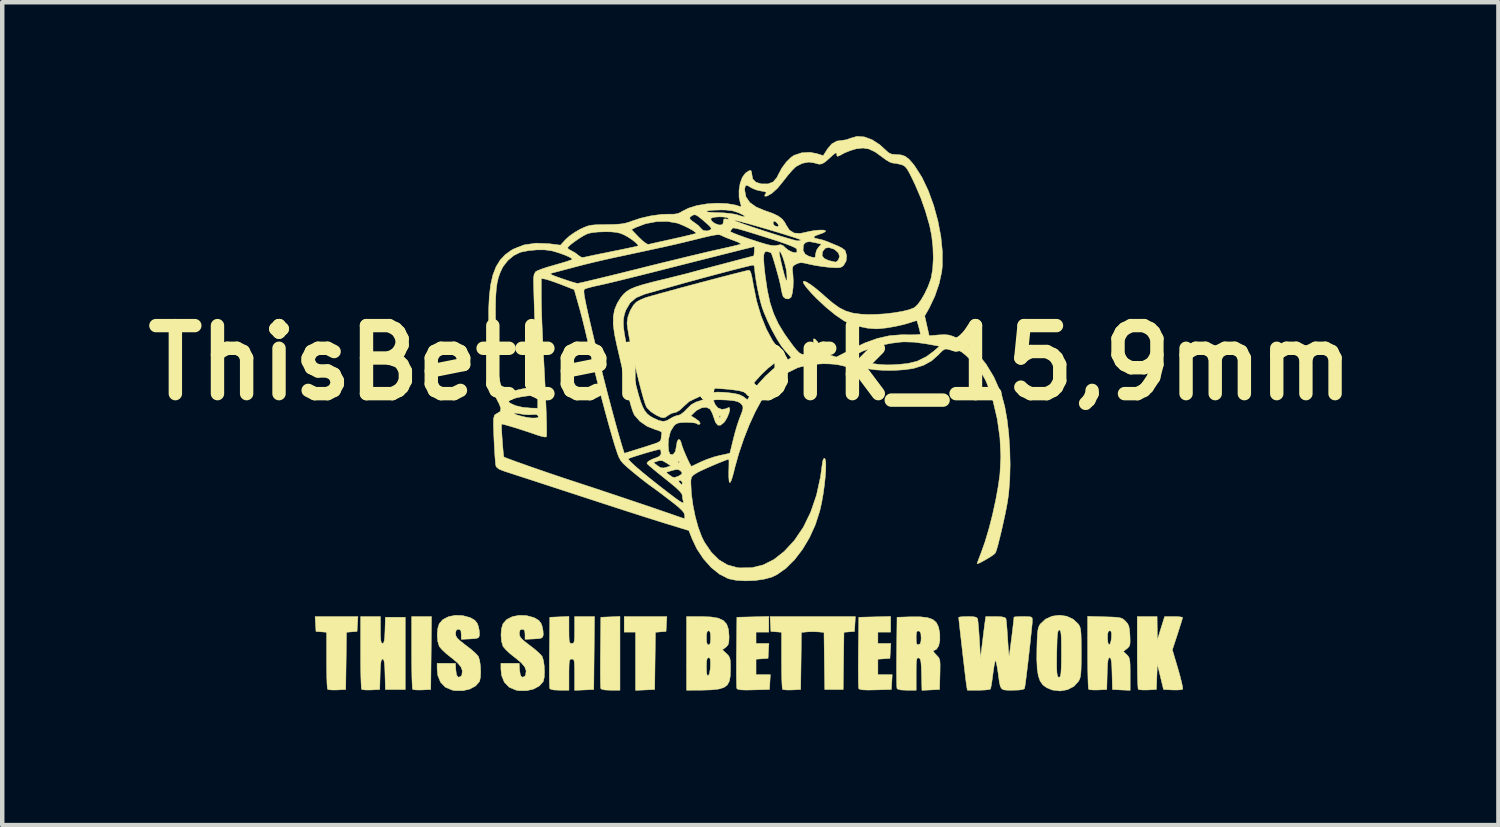
<source format=kicad_pcb>
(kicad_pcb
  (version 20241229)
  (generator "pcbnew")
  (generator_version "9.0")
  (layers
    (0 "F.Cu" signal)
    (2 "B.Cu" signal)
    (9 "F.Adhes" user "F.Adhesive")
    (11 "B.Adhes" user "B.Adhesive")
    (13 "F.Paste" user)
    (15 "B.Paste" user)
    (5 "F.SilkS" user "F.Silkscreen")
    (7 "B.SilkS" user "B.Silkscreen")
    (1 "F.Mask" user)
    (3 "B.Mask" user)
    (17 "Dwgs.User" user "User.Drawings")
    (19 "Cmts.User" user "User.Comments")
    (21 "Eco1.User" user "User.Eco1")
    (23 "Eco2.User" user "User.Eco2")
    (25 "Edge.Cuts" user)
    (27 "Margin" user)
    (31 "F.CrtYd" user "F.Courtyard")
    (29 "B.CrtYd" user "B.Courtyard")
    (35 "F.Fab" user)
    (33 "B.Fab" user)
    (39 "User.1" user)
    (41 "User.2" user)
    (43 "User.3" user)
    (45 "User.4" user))
  (footprint "ThisBetterWork_15,9mm"
    (layer "F.Cu")
    (at 13.76 5.079)
    (property "Reference" "ThisBetterWork_15,9mm" (at 0 0 0) (layer "F.SilkS") (effects (font (size 1.524 1.524) (thickness 0.3))))
    (attr through_hole)
    (fp_poly (pts (xy -1.88 5.85) (xy -1.889 6.017) (xy -2.008 6.026) (xy -2.126 6.036) (xy -2.135 6.677) (xy -2.143 7.318) (xy -2.357 7.328) (xy -2.572 7.337) (xy -2.572 6.032) (xy -2.826 6.032) (xy -2.826 5.683) (xy -1.87 5.683) (xy -1.88 5.85)) (stroke (width 0.01) (type solid)) (fill yes) (layer "F.SilkS"))
    (fp_poly (pts (xy -7.151 6.501) (xy -7.16 7.318) (xy -7.351 7.328) (xy -7.457 7.329) (xy -7.535 7.323) (xy -7.566 7.314) (xy -7.572 7.278) (xy -7.577 7.186) (xy -7.582 7.049) (xy -7.585 6.874) (xy -7.588 6.671) (xy -7.588 6.488) (xy -7.588 5.683) (xy -7.143 5.683) (xy -7.151 6.501)) (stroke (width 0.01) (type solid)) (fill yes) (layer "F.SilkS"))
    (fp_poly (pts (xy -2.921 7.334) (xy -3.128 7.334) (xy -3.264 7.328) (xy -3.338 7.308) (xy -3.351 7.294) (xy -3.355 7.252) (xy -3.358 7.156) (xy -3.36 7.015) (xy -3.36 6.838) (xy -3.36 6.634) (xy -3.358 6.476) (xy -3.35 5.699) (xy -3.135 5.69) (xy -2.921 5.68) (xy -2.921 7.334)) (stroke (width 0.01) (type solid)) (fill yes) (layer "F.SilkS"))
    (fp_poly (pts (xy -8.801 5.85) (xy -8.811 6.017) (xy -8.929 6.026) (xy -9.047 6.036) (xy -9.056 6.677) (xy -9.065 7.318) (xy -9.256 7.328) (xy -9.362 7.329) (xy -9.44 7.323) (xy -9.471 7.314) (xy -9.478 7.277) (xy -9.484 7.186) (xy -9.489 7.052) (xy -9.492 6.884) (xy -9.493 6.693) (xy -9.493 6.664) (xy -9.493 6.036) (xy -9.612 6.026) (xy -9.731 6.017) (xy -9.741 5.85) (xy -9.751 5.683) (xy -8.791 5.683) (xy -8.801 5.85)) (stroke (width 0.01) (type solid)) (fill yes) (layer "F.SilkS"))
    (fp_poly (pts (xy 0.413 6.032) (xy 0.127 6.032) (xy 0.127 6.287) (xy 0.416 6.287) (xy 0.406 6.453) (xy 0.397 6.62) (xy 0.262 6.63) (xy 0.127 6.639) (xy 0.127 6.985) (xy 0.448 6.985) (xy 0.438 7.152) (xy 0.429 7.318) (xy 0.071 7.327) (xy -0.096 7.33) (xy -0.207 7.326) (xy -0.273 7.316) (xy -0.301 7.298) (xy -0.303 7.295) (xy -0.307 7.253) (xy -0.31 7.156) (xy -0.312 7.015) (xy -0.312 6.838) (xy -0.312 6.634) (xy -0.31 6.476) (xy -0.302 5.699) (xy 0.056 5.69) (xy 0.413 5.681) (xy 0.413 6.032)) (stroke (width 0.01) (type solid)) (fill yes) (layer "F.SilkS"))
    (fp_poly (pts (xy 3.143 6.032) (xy 2.857 6.032) (xy 2.857 6.287) (xy 3.147 6.287) (xy 3.137 6.453) (xy 3.127 6.62) (xy 2.992 6.63) (xy 2.857 6.639) (xy 2.857 6.985) (xy 3.178 6.985) (xy 3.169 7.152) (xy 3.159 7.318) (xy 2.801 7.327) (xy 2.635 7.33) (xy 2.523 7.326) (xy 2.458 7.316) (xy 2.429 7.298) (xy 2.428 7.295) (xy 2.424 7.253) (xy 2.421 7.156) (xy 2.419 7.015) (xy 2.418 6.838) (xy 2.419 6.634) (xy 2.42 6.476) (xy 2.429 5.699) (xy 2.786 5.69) (xy 3.143 5.681) (xy 3.143 6.032)) (stroke (width 0.01) (type solid)) (fill yes) (layer "F.SilkS"))
    (fp_poly (pts (xy 2.343 5.85) (xy 2.334 6.017) (xy 2.215 6.026) (xy 2.097 6.036) (xy 2.088 6.677) (xy 2.08 7.318) (xy 1.667 7.318) (xy 1.658 6.679) (xy 1.65 6.039) (xy 1.523 6.027) (xy 1.401 6.022) (xy 1.276 6.026) (xy 1.271 6.027) (xy 1.144 6.039) (xy 1.136 6.679) (xy 1.127 7.318) (xy 0.935 7.328) (xy 0.83 7.329) (xy 0.751 7.323) (xy 0.721 7.314) (xy 0.714 7.277) (xy 0.708 7.186) (xy 0.703 7.052) (xy 0.7 6.884) (xy 0.699 6.693) (xy 0.699 6.664) (xy 0.699 6.036) (xy 0.579 6.026) (xy 0.46 6.017) (xy 0.451 5.85) (xy 0.441 5.683) (xy 2.353 5.683) (xy 2.343 5.85)) (stroke (width 0.01) (type solid)) (fill yes) (layer "F.SilkS"))
    (fp_poly (pts (xy 9.115 5.945) (xy 9.118 6.207) (xy 9.199 5.945) (xy 9.281 5.683) (xy 9.482 5.683) (xy 9.586 5.686) (xy 9.659 5.695) (xy 9.684 5.706) (xy 9.674 5.743) (xy 9.649 5.828) (xy 9.611 5.947) (xy 9.569 6.079) (xy 9.454 6.429) (xy 9.581 6.858) (xy 9.625 7.014) (xy 9.659 7.148) (xy 9.681 7.249) (xy 9.687 7.305) (xy 9.685 7.312) (xy 9.643 7.324) (xy 9.557 7.329) (xy 9.459 7.328) (xy 9.256 7.318) (xy 9.118 6.747) (xy 9.107 7.033) (xy 9.096 7.318) (xy 8.905 7.328) (xy 8.799 7.329) (xy 8.721 7.323) (xy 8.69 7.314) (xy 8.684 7.278) (xy 8.679 7.186) (xy 8.674 7.049) (xy 8.671 6.874) (xy 8.668 6.671) (xy 8.668 6.488) (xy 8.668 5.683) (xy 9.112 5.683) (xy 9.115 5.945)) (stroke (width 0.01) (type solid)) (fill yes) (layer "F.SilkS"))
    (fp_poly (pts (xy -8.287 5.985) (xy -8.285 6.129) (xy -8.278 6.221) (xy -8.266 6.27) (xy -8.245 6.286) (xy -8.24 6.287) (xy -8.217 6.273) (xy -8.202 6.227) (xy -8.191 6.139) (xy -8.185 5.996) (xy -8.185 5.993) (xy -8.176 5.699) (xy -7.731 5.699) (xy -7.731 7.318) (xy -8.176 7.318) (xy -8.185 6.977) (xy -8.19 6.821) (xy -8.199 6.718) (xy -8.212 6.66) (xy -8.231 6.637) (xy -8.239 6.636) (xy -8.26 6.648) (xy -8.275 6.693) (xy -8.285 6.779) (xy -8.292 6.915) (xy -8.294 6.977) (xy -8.303 7.318) (xy -8.494 7.328) (xy -8.6 7.329) (xy -8.678 7.323) (xy -8.709 7.314) (xy -8.715 7.278) (xy -8.72 7.186) (xy -8.725 7.049) (xy -8.729 6.874) (xy -8.731 6.671) (xy -8.731 6.488) (xy -8.731 5.683) (xy -8.287 5.683) (xy -8.287 5.985)) (stroke (width 0.01) (type solid)) (fill yes) (layer "F.SilkS"))
    (fp_poly (pts (xy -4.064 5.983) (xy -4.063 6.124) (xy -4.059 6.213) (xy -4.048 6.262) (xy -4.029 6.282) (xy -4 6.287) (xy -3.971 6.282) (xy -3.952 6.26) (xy -3.942 6.21) (xy -3.938 6.119) (xy -3.937 5.985) (xy -3.937 5.683) (xy -3.491 5.683) (xy -3.5 6.501) (xy -3.508 7.318) (xy -3.723 7.328) (xy -3.937 7.337) (xy -3.937 6.986) (xy -3.938 6.833) (xy -3.941 6.733) (xy -3.949 6.673) (xy -3.964 6.645) (xy -3.988 6.636) (xy -4 6.636) (xy -4.028 6.64) (xy -4.047 6.659) (xy -4.057 6.705) (xy -4.062 6.788) (xy -4.064 6.919) (xy -4.064 6.985) (xy -4.064 7.334) (xy -4.271 7.334) (xy -4.407 7.328) (xy -4.481 7.308) (xy -4.494 7.294) (xy -4.498 7.252) (xy -4.501 7.156) (xy -4.503 7.015) (xy -4.503 6.838) (xy -4.503 6.634) (xy -4.501 6.476) (xy -4.493 5.699) (xy -4.278 5.69) (xy -4.064 5.68) (xy -4.064 5.983)) (stroke (width 0.01) (type solid)) (fill yes) (layer "F.SilkS"))
    (fp_poly (pts (xy -1.103 5.683) (xy -0.884 5.692) (xy -0.72 5.719) (xy -0.605 5.772) (xy -0.53 5.854) (xy -0.49 5.971) (xy -0.477 6.126) (xy -0.477 6.134) (xy -0.481 6.244) (xy -0.497 6.312) (xy -0.534 6.358) (xy -0.551 6.372) (xy -0.626 6.428) (xy -0.535 6.513) (xy -0.491 6.558) (xy -0.464 6.604) (xy -0.45 6.667) (xy -0.445 6.764) (xy -0.445 6.867) (xy -0.45 7.02) (xy -0.472 7.135) (xy -0.517 7.218) (xy -0.595 7.274) (xy -0.711 7.308) (xy -0.874 7.326) (xy -1.091 7.333) (xy -1.135 7.333) (xy -1.429 7.334) (xy -1.429 6.813) (xy -0.984 6.813) (xy -0.981 6.931) (xy -0.969 6.994) (xy -0.947 7.01) (xy -0.945 7.009) (xy -0.919 6.97) (xy -0.901 6.877) (xy -0.895 6.8) (xy -0.893 6.69) (xy -0.901 6.629) (xy -0.922 6.606) (xy -0.935 6.604) (xy -0.962 6.616) (xy -0.978 6.662) (xy -0.984 6.753) (xy -0.984 6.813) (xy -1.429 6.813) (xy -1.429 6.16) (xy -0.984 6.16) (xy -0.979 6.259) (xy -0.962 6.308) (xy -0.937 6.318) (xy -0.907 6.301) (xy -0.892 6.242) (xy -0.889 6.16) (xy -0.894 6.06) (xy -0.912 6.011) (xy -0.937 6.001) (xy -0.967 6.018) (xy -0.981 6.077) (xy -0.984 6.16) (xy -1.429 6.16) (xy -1.429 5.683) (xy -1.103 5.683)) (stroke (width 0.01) (type solid)) (fill yes) (layer "F.SilkS"))
    (fp_poly (pts (xy 7.937 5.689) (xy 8.099 5.694) (xy 8.21 5.7) (xy 8.284 5.712) (xy 8.335 5.73) (xy 8.374 5.758) (xy 8.405 5.787) (xy 8.451 5.841) (xy 8.48 5.902) (xy 8.495 5.987) (xy 8.504 6.107) (xy 8.508 6.229) (xy 8.504 6.305) (xy 8.486 6.353) (xy 8.452 6.39) (xy 8.436 6.403) (xy 8.357 6.465) (xy 8.433 6.538) (xy 8.466 6.573) (xy 8.488 6.614) (xy 8.501 6.672) (xy 8.507 6.761) (xy 8.509 6.894) (xy 8.509 6.974) (xy 8.509 7.337) (xy 8.311 7.328) (xy 8.112 7.318) (xy 8.103 6.961) (xy 8.098 6.801) (xy 8.089 6.694) (xy 8.077 6.633) (xy 8.06 6.607) (xy 8.049 6.604) (xy 8.028 6.616) (xy 8.013 6.66) (xy 8.003 6.743) (xy 7.997 6.876) (xy 7.994 6.961) (xy 7.985 7.318) (xy 7.793 7.328) (xy 7.688 7.329) (xy 7.609 7.323) (xy 7.579 7.314) (xy 7.573 7.278) (xy 7.567 7.186) (xy 7.563 7.049) (xy 7.559 6.874) (xy 7.557 6.671) (xy 7.556 6.485) (xy 7.556 6.162) (xy 8.001 6.162) (xy 8.01 6.266) (xy 8.031 6.312) (xy 8.057 6.299) (xy 8.08 6.23) (xy 8.09 6.149) (xy 8.092 6.056) (xy 8.078 6.011) (xy 8.05 6.001) (xy 8.02 6.016) (xy 8.005 6.07) (xy 8.001 6.162) (xy 7.556 6.162) (xy 7.556 5.678) (xy 7.937 5.689)) (stroke (width 0.01) (type solid)) (fill yes) (layer "F.SilkS"))
    (fp_poly (pts (xy 3.971 5.708) (xy 4.089 5.75) (xy 4.168 5.82) (xy 4.217 5.922) (xy 4.243 6.061) (xy 4.244 6.07) (xy 4.245 6.221) (xy 4.219 6.34) (xy 4.169 6.416) (xy 4.132 6.435) (xy 4.1 6.449) (xy 4.106 6.477) (xy 4.154 6.53) (xy 4.165 6.542) (xy 4.205 6.584) (xy 4.231 6.624) (xy 4.246 6.676) (xy 4.251 6.753) (xy 4.25 6.871) (xy 4.248 6.976) (xy 4.239 7.318) (xy 3.844 7.337) (xy 3.835 6.979) (xy 3.83 6.822) (xy 3.823 6.717) (xy 3.812 6.654) (xy 3.795 6.622) (xy 3.77 6.61) (xy 3.746 6.611) (xy 3.731 6.631) (xy 3.721 6.681) (xy 3.716 6.771) (xy 3.715 6.91) (xy 3.715 6.967) (xy 3.715 7.334) (xy 3.507 7.334) (xy 3.372 7.328) (xy 3.298 7.308) (xy 3.285 7.294) (xy 3.281 7.252) (xy 3.278 7.156) (xy 3.276 7.015) (xy 3.275 6.838) (xy 3.276 6.634) (xy 3.278 6.476) (xy 3.281 6.16) (xy 3.715 6.16) (xy 3.718 6.256) (xy 3.731 6.303) (xy 3.758 6.314) (xy 3.77 6.312) (xy 3.807 6.29) (xy 3.823 6.23) (xy 3.826 6.16) (xy 3.82 6.066) (xy 3.798 6.019) (xy 3.77 6.007) (xy 3.737 6.01) (xy 3.721 6.044) (xy 3.715 6.124) (xy 3.715 6.16) (xy 3.281 6.16) (xy 3.286 5.699) (xy 3.588 5.689) (xy 3.806 5.689) (xy 3.971 5.708)) (stroke (width 0.01) (type solid)) (fill yes) (layer "F.SilkS"))
    (fp_poly (pts (xy 7.087 5.676) (xy 7.234 5.744) (xy 7.348 5.852) (xy 7.372 5.89) (xy 7.389 5.933) (xy 7.401 5.993) (xy 7.408 6.079) (xy 7.412 6.203) (xy 7.413 6.375) (xy 7.414 6.487) (xy 7.413 6.691) (xy 7.41 6.842) (xy 7.404 6.95) (xy 7.394 7.026) (xy 7.379 7.081) (xy 7.357 7.126) (xy 7.354 7.132) (xy 7.249 7.247) (xy 7.107 7.321) (xy 6.942 7.351) (xy 6.77 7.33) (xy 6.753 7.325) (xy 6.641 7.279) (xy 6.555 7.217) (xy 6.493 7.131) (xy 6.451 7.012) (xy 6.426 6.853) (xy 6.419 6.684) (xy 6.862 6.684) (xy 6.863 6.836) (xy 6.868 6.941) (xy 6.878 7.005) (xy 6.894 7.037) (xy 6.916 7.044) (xy 6.929 7.041) (xy 6.945 7.018) (xy 6.957 6.956) (xy 6.964 6.851) (xy 6.968 6.694) (xy 6.969 6.506) (xy 6.968 6.31) (xy 6.966 6.169) (xy 6.96 6.074) (xy 6.951 6.018) (xy 6.937 5.991) (xy 6.921 5.985) (xy 6.903 5.994) (xy 6.889 6.027) (xy 6.879 6.092) (xy 6.872 6.199) (xy 6.868 6.355) (xy 6.865 6.476) (xy 6.862 6.684) (xy 6.419 6.684) (xy 6.417 6.646) (xy 6.419 6.41) (xy 6.424 6.224) (xy 6.43 6.089) (xy 6.44 5.995) (xy 6.455 5.93) (xy 6.475 5.883) (xy 6.495 5.852) (xy 6.613 5.741) (xy 6.761 5.675) (xy 6.924 5.653) (xy 7.087 5.676)) (stroke (width 0.01) (type solid)) (fill yes) (layer "F.SilkS"))
    (fp_poly (pts (xy -6.448 5.661) (xy -6.286 5.704) (xy -6.265 5.713) (xy -6.172 5.767) (xy -6.119 5.834) (xy -6.095 5.897) (xy -6.073 5.997) (xy -6.068 6.085) (xy -6.069 6.097) (xy -6.08 6.14) (xy -6.109 6.165) (xy -6.171 6.178) (xy -6.279 6.185) (xy -6.477 6.194) (xy -6.477 6.082) (xy -6.484 6.004) (xy -6.511 5.973) (xy -6.54 5.969) (xy -6.587 5.984) (xy -6.603 6.041) (xy -6.604 6.063) (xy -6.597 6.114) (xy -6.569 6.163) (xy -6.51 6.221) (xy -6.412 6.299) (xy -6.368 6.332) (xy -6.258 6.417) (xy -6.166 6.498) (xy -6.106 6.56) (xy -6.093 6.578) (xy -6.065 6.666) (xy -6.047 6.788) (xy -6.041 6.923) (xy -6.047 7.046) (xy -6.067 7.134) (xy -6.071 7.142) (xy -6.155 7.238) (xy -6.283 7.307) (xy -6.439 7.344) (xy -6.607 7.344) (xy -6.682 7.331) (xy -6.833 7.266) (xy -6.94 7.156) (xy -7.002 7.004) (xy -7.017 6.859) (xy -7.017 6.731) (xy -6.607 6.731) (xy -6.598 6.882) (xy -6.584 6.983) (xy -6.557 7.032) (xy -6.535 7.042) (xy -6.483 7.024) (xy -6.463 6.99) (xy -6.452 6.9) (xy -6.482 6.813) (xy -6.56 6.72) (xy -6.69 6.611) (xy -6.704 6.601) (xy -6.811 6.515) (xy -6.903 6.43) (xy -6.962 6.362) (xy -6.97 6.348) (xy -7.004 6.236) (xy -7.015 6.095) (xy -7.004 5.955) (xy -6.971 5.845) (xy -6.888 5.751) (xy -6.764 5.687) (xy -6.612 5.656) (xy -6.448 5.661)) (stroke (width 0.01) (type solid)) (fill yes) (layer "F.SilkS"))
    (fp_poly (pts (xy -5.019 5.661) (xy -4.857 5.704) (xy -4.836 5.713) (xy -4.743 5.767) (xy -4.69 5.834) (xy -4.666 5.897) (xy -4.645 5.997) (xy -4.639 6.085) (xy -4.64 6.097) (xy -4.652 6.14) (xy -4.681 6.165) (xy -4.742 6.178) (xy -4.85 6.185) (xy -5.048 6.194) (xy -5.048 6.082) (xy -5.055 6.004) (xy -5.082 5.973) (xy -5.112 5.969) (xy -5.158 5.984) (xy -5.175 6.041) (xy -5.175 6.063) (xy -5.168 6.114) (xy -5.14 6.163) (xy -5.082 6.221) (xy -4.983 6.299) (xy -4.939 6.332) (xy -4.829 6.417) (xy -4.737 6.498) (xy -4.677 6.56) (xy -4.664 6.578) (xy -4.636 6.666) (xy -4.618 6.788) (xy -4.612 6.923) (xy -4.618 7.046) (xy -4.638 7.134) (xy -4.642 7.142) (xy -4.727 7.238) (xy -4.855 7.307) (xy -5.011 7.344) (xy -5.178 7.344) (xy -5.253 7.331) (xy -5.404 7.266) (xy -5.511 7.156) (xy -5.573 7.004) (xy -5.588 6.859) (xy -5.588 6.731) (xy -5.179 6.731) (xy -5.169 6.882) (xy -5.155 6.983) (xy -5.128 7.032) (xy -5.107 7.042) (xy -5.055 7.024) (xy -5.034 6.99) (xy -5.023 6.9) (xy -5.053 6.813) (xy -5.131 6.72) (xy -5.261 6.611) (xy -5.275 6.601) (xy -5.383 6.515) (xy -5.474 6.43) (xy -5.533 6.362) (xy -5.542 6.348) (xy -5.575 6.236) (xy -5.586 6.095) (xy -5.575 5.955) (xy -5.542 5.845) (xy -5.46 5.751) (xy -5.335 5.687) (xy -5.183 5.656) (xy -5.019 5.661)) (stroke (width 0.01) (type solid)) (fill yes) (layer "F.SilkS"))
    (fp_poly (pts (xy -0.009 -2.062) (xy 0.014 -2.01) (xy 0.038 -1.912) (xy 0.065 -1.76) (xy 0.07 -1.73) (xy 0.141 -1.383) (xy 0.239 -1.054) (xy 0.36 -0.754) (xy 0.499 -0.496) (xy 0.645 -0.298) (xy 0.707 -0.219) (xy 0.741 -0.158) (xy 0.743 -0.132) (xy 0.703 -0.104) (xy 0.628 -0.052) (xy 0.531 0.013) (xy 0.529 0.015) (xy 0.397 0.119) (xy 0.251 0.258) (xy 0.108 0.414) (xy -0.012 0.569) (xy -0.034 0.602) (xy -0.077 0.653) (xy -0.124 0.66) (xy -0.177 0.643) (xy -0.249 0.625) (xy -0.365 0.607) (xy -0.505 0.591) (xy -0.582 0.585) (xy -0.894 0.564) (xy -0.995 0.66) (xy -1.094 0.733) (xy -1.209 0.789) (xy -1.23 0.796) (xy -1.373 0.868) (xy -1.49 0.973) (xy -1.585 1.062) (xy -1.665 1.108) (xy -1.689 1.112) (xy -1.767 1.132) (xy -1.841 1.175) (xy -1.901 1.217) (xy -1.951 1.231) (xy -2.012 1.217) (xy -2.104 1.173) (xy -2.127 1.16) (xy -2.225 1.095) (xy -2.306 1.017) (xy -2.329 0.985) (xy -2.357 0.916) (xy -2.395 0.796) (xy -2.44 0.634) (xy -2.49 0.442) (xy -2.542 0.23) (xy -2.593 0.008) (xy -2.642 -0.212) (xy -2.685 -0.421) (xy -2.721 -0.607) (xy -2.747 -0.76) (xy -2.761 -0.87) (xy -2.762 -0.9) (xy -2.742 -1.034) (xy -2.689 -1.175) (xy -2.616 -1.297) (xy -2.557 -1.359) (xy -2.476 -1.407) (xy -2.366 -1.454) (xy -2.308 -1.473) (xy -2.166 -1.514) (xy -1.989 -1.563) (xy -1.783 -1.619) (xy -1.557 -1.681) (xy -1.32 -1.744) (xy -1.081 -1.808) (xy -0.846 -1.87) (xy -0.626 -1.928) (xy -0.429 -1.979) (xy -0.262 -2.021) (xy -0.134 -2.053) (xy -0.054 -2.072) (xy -0.033 -2.076) (xy -0.009 -2.062)) (stroke (width 0.01) (type solid)) (fill yes) (layer "F.SilkS"))
    (fp_poly (pts (xy 5.622 5.688) (xy 5.698 5.704) (xy 5.725 5.726) (xy 5.733 5.773) (xy 5.743 5.87) (xy 5.753 6.003) (xy 5.763 6.158) (xy 5.764 6.172) (xy 5.774 6.322) (xy 5.783 6.445) (xy 5.791 6.53) (xy 5.796 6.564) (xy 5.797 6.564) (xy 5.803 6.532) (xy 5.815 6.452) (xy 5.83 6.336) (xy 5.848 6.199) (xy 5.866 6.055) (xy 5.882 5.919) (xy 5.895 5.804) (xy 5.904 5.724) (xy 5.905 5.696) (xy 5.934 5.69) (xy 6.01 5.685) (xy 6.112 5.683) (xy 6.223 5.685) (xy 6.285 5.692) (xy 6.312 5.712) (xy 6.318 5.75) (xy 6.318 5.766) (xy 6.315 5.822) (xy 6.305 5.929) (xy 6.29 6.073) (xy 6.272 6.246) (xy 6.251 6.434) (xy 6.229 6.628) (xy 6.207 6.816) (xy 6.186 6.988) (xy 6.168 7.131) (xy 6.153 7.236) (xy 6.144 7.291) (xy 6.143 7.295) (xy 6.107 7.317) (xy 6.016 7.33) (xy 5.878 7.334) (xy 5.762 7.334) (xy 5.684 7.327) (xy 5.633 7.303) (xy 5.601 7.251) (xy 5.58 7.161) (xy 5.56 7.023) (xy 5.551 6.952) (xy 5.532 6.827) (xy 5.513 6.73) (xy 5.498 6.675) (xy 5.492 6.668) (xy 5.48 6.697) (xy 5.463 6.776) (xy 5.445 6.891) (xy 5.434 6.973) (xy 5.416 7.107) (xy 5.399 7.218) (xy 5.385 7.289) (xy 5.379 7.307) (xy 5.341 7.32) (xy 5.257 7.329) (xy 5.142 7.334) (xy 5.111 7.334) (xy 4.861 7.334) (xy 4.844 7.231) (xy 4.836 7.177) (xy 4.823 7.074) (xy 4.806 6.931) (xy 4.786 6.761) (xy 4.764 6.575) (xy 4.742 6.382) (xy 4.721 6.194) (xy 4.701 6.022) (xy 4.685 5.876) (xy 4.673 5.768) (xy 4.668 5.709) (xy 4.667 5.702) (xy 4.696 5.692) (xy 4.772 5.686) (xy 4.871 5.683) (xy 4.987 5.686) (xy 5.053 5.698) (xy 5.085 5.722) (xy 5.092 5.739) (xy 5.099 5.79) (xy 5.109 5.891) (xy 5.12 6.028) (xy 5.13 6.186) (xy 5.132 6.207) (xy 5.156 6.62) (xy 5.196 6.287) (xy 5.215 6.131) (xy 5.233 5.984) (xy 5.248 5.866) (xy 5.255 5.818) (xy 5.274 5.683) (xy 5.491 5.683) (xy 5.622 5.688)) (stroke (width 0.01) (type solid)) (fill yes) (layer "F.SilkS"))
    (fp_poly (pts (xy 2.554 -5.062) (xy 2.727 -4.999) (xy 2.899 -4.887) (xy 3.015 -4.781) (xy 3.094 -4.709) (xy 3.166 -4.675) (xy 3.259 -4.667) (xy 3.375 -4.659) (xy 3.467 -4.628) (xy 3.552 -4.564) (xy 3.646 -4.458) (xy 3.687 -4.403) (xy 3.845 -4.155) (xy 3.986 -3.858) (xy 4.106 -3.529) (xy 4.201 -3.182) (xy 4.268 -2.831) (xy 4.302 -2.491) (xy 4.301 -2.177) (xy 4.288 -2.046) (xy 4.23 -1.778) (xy 4.134 -1.497) (xy 4.009 -1.232) (xy 4 -1.216) (xy 3.906 -1.051) (xy 3.956 -0.829) (xy 4.006 -0.607) (xy 4.223 -0.626) (xy 4.348 -0.632) (xy 4.442 -0.624) (xy 4.536 -0.596) (xy 4.641 -0.549) (xy 4.869 -0.41) (xy 5.085 -0.215) (xy 5.281 0.029) (xy 5.454 0.315) (xy 5.597 0.636) (xy 5.636 0.744) (xy 5.7 0.983) (xy 5.751 1.269) (xy 5.789 1.59) (xy 5.812 1.93) (xy 5.82 2.276) (xy 5.812 2.612) (xy 5.787 2.926) (xy 5.764 3.092) (xy 5.739 3.235) (xy 5.705 3.405) (xy 5.665 3.587) (xy 5.624 3.77) (xy 5.582 3.941) (xy 5.545 4.088) (xy 5.513 4.198) (xy 5.491 4.257) (xy 5.458 4.289) (xy 5.39 4.337) (xy 5.304 4.39) (xy 5.215 4.441) (xy 5.139 4.481) (xy 5.09 4.5) (xy 5.08 4.497) (xy 5.091 4.462) (xy 5.12 4.384) (xy 5.161 4.277) (xy 5.172 4.249) (xy 5.259 4.003) (xy 5.346 3.711) (xy 5.427 3.394) (xy 5.498 3.068) (xy 5.555 2.754) (xy 5.591 2.492) (xy 5.611 2.097) (xy 5.591 1.681) (xy 5.532 1.261) (xy 5.437 0.856) (xy 5.31 0.485) (xy 5.269 0.388) (xy 5.209 0.281) (xy 5.125 0.161) (xy 5.027 0.038) (xy 4.922 -0.077) (xy 4.822 -0.174) (xy 4.735 -0.243) (xy 4.67 -0.275) (xy 4.651 -0.274) (xy 4.587 -0.269) (xy 4.497 -0.284) (xy 4.474 -0.29) (xy 4.405 -0.309) (xy 4.356 -0.307) (xy 4.307 -0.276) (xy 4.24 -0.21) (xy 4.215 -0.183) (xy 4.058 -0.044) (xy 3.881 0.054) (xy 3.666 0.121) (xy 3.635 0.128) (xy 3.454 0.154) (xy 3.237 0.168) (xy 3.014 0.169) (xy 2.81 0.157) (xy 2.731 0.147) (xy 2.634 0.132) (xy 2.588 0.132) (xy 2.583 0.147) (xy 2.604 0.176) (xy 2.633 0.217) (xy 2.615 0.222) (xy 2.588 0.214) (xy 2.373 0.149) (xy 2.207 0.101) (xy 2.076 0.067) (xy 1.97 0.044) (xy 1.876 0.031) (xy 1.781 0.024) (xy 1.674 0.021) (xy 1.635 0.02) (xy 1.335 0.039) (xy 1.069 0.105) (xy 0.829 0.222) (xy 0.608 0.394) (xy 0.397 0.625) (xy 0.372 0.658) (xy 0.24 0.856) (xy 0.106 1.104) (xy -0.026 1.392) (xy -0.149 1.706) (xy -0.26 2.034) (xy -0.353 2.365) (xy -0.372 2.447) (xy -0.403 2.56) (xy -0.432 2.644) (xy -0.456 2.684) (xy -0.46 2.685) (xy -0.476 2.654) (xy -0.483 2.569) (xy -0.484 2.44) (xy -0.483 2.421) (xy -0.48 2.301) (xy -0.479 2.21) (xy -0.482 2.163) (xy -0.483 2.159) (xy -0.526 2.171) (xy -0.613 2.204) (xy -0.728 2.25) (xy -0.856 2.304) (xy -0.983 2.36) (xy -1.095 2.411) (xy -1.177 2.451) (xy -1.195 2.462) (xy -1.277 2.514) (xy -1.318 2.56) (xy -1.332 2.626) (xy -1.333 2.693) (xy -1.321 2.931) (xy -1.286 3.188) (xy -1.234 3.446) (xy -1.167 3.688) (xy -1.089 3.897) (xy -1.029 4.017) (xy -0.872 4.246) (xy -0.701 4.414) (xy -0.511 4.527) (xy -0.298 4.586) (xy -0.233 4.593) (xy 0.036 4.588) (xy 0.289 4.526) (xy 0.53 4.404) (xy 0.761 4.222) (xy 0.985 3.979) (xy 0.987 3.977) (xy 1.186 3.684) (xy 1.352 3.343) (xy 1.482 2.963) (xy 1.572 2.552) (xy 1.605 2.308) (xy 1.623 2.194) (xy 1.647 2.14) (xy 1.661 2.136) (xy 1.682 2.174) (xy 1.691 2.264) (xy 1.689 2.395) (xy 1.678 2.556) (xy 1.659 2.737) (xy 1.633 2.927) (xy 1.6 3.116) (xy 1.561 3.293) (xy 1.553 3.325) (xy 1.455 3.629) (xy 1.324 3.917) (xy 1.166 4.181) (xy 0.988 4.413) (xy 0.796 4.603) (xy 0.596 4.744) (xy 0.483 4.798) (xy 0.309 4.846) (xy 0.104 4.876) (xy -0.111 4.884) (xy -0.314 4.872) (xy -0.482 4.838) (xy -0.501 4.831) (xy -0.693 4.733) (xy -0.879 4.583) (xy -1.051 4.389) (xy -1.2 4.164) (xy -1.307 3.937) (xy -1.377 3.757) (xy -1.871 3.606) (xy -2.004 3.565) (xy -2.188 3.507) (xy -2.415 3.435) (xy -2.677 3.351) (xy -2.965 3.258) (xy -3.27 3.159) (xy -3.585 3.056) (xy -3.858 2.967) (xy -4.158 2.869) (xy -4.445 2.775) (xy -4.712 2.688) (xy -4.953 2.609) (xy -5.16 2.542) (xy -5.327 2.488) (xy -5.447 2.449) (xy -5.514 2.427) (xy -5.517 2.426) (xy -5.629 2.382) (xy -5.688 2.334) (xy -5.701 2.306) (xy -5.71 2.244) (xy -5.719 2.133) (xy -5.729 1.989) (xy -5.738 1.825) (xy -5.746 1.656) (xy -5.752 1.498) (xy -5.754 1.405) (xy -5.575 1.405) (xy -5.573 1.487) (xy -5.567 1.601) (xy -5.558 1.732) (xy -5.548 1.863) (xy -5.538 1.98) (xy -5.529 2.067) (xy -5.521 2.108) (xy -5.52 2.109) (xy -5.484 2.125) (xy -5.397 2.158) (xy -5.269 2.205) (xy -5.11 2.262) (xy -4.929 2.326) (xy -4.735 2.393) (xy -4.539 2.461) (xy -4.35 2.525) (xy -4.177 2.583) (xy -4.096 2.61) (xy -3.798 2.708) (xy -3.475 2.814) (xy -3.14 2.926) (xy -2.808 3.037) (xy -2.491 3.144) (xy -2.203 3.241) (xy -1.957 3.326) (xy -1.889 3.349) (xy -1.739 3.401) (xy -1.613 3.445) (xy -1.521 3.476) (xy -1.475 3.491) (xy -1.472 3.492) (xy -1.47 3.465) (xy -1.472 3.411) (xy -1.486 3.364) (xy -1.53 3.307) (xy -1.609 3.232) (xy -1.732 3.132) (xy -1.772 3.102) (xy -1.906 2.999) (xy -2.039 2.898) (xy -2.153 2.814) (xy -2.216 2.769) (xy -2.304 2.705) (xy -2.423 2.613) (xy -2.554 2.508) (xy -2.642 2.436) (xy -2.763 2.334) (xy -2.846 2.257) (xy -2.902 2.191) (xy -2.926 2.148) (xy -2.732 2.148) (xy -2.719 2.178) (xy -2.658 2.241) (xy -2.555 2.335) (xy -2.413 2.456) (xy -2.236 2.6) (xy -2.029 2.764) (xy -1.81 2.933) (xy -1.673 3.036) (xy -1.579 3.102) (xy -1.523 3.133) (xy -1.498 3.133) (xy -1.501 3.104) (xy -1.505 3.093) (xy -1.521 3.02) (xy -1.524 2.971) (xy -1.538 2.931) (xy -1.583 2.875) (xy -1.664 2.797) (xy -1.788 2.693) (xy -1.849 2.644) (xy -1.609 2.644) (xy -1.591 2.678) (xy -1.587 2.683) (xy -1.549 2.722) (xy -1.536 2.731) (xy -1.525 2.705) (xy -1.524 2.683) (xy -1.55 2.642) (xy -1.576 2.635) (xy -1.609 2.644) (xy -1.849 2.644) (xy -1.921 2.586) (xy -2.056 2.478) (xy -2.088 2.452) (xy -1.888 2.452) (xy -1.813 2.512) (xy -1.747 2.558) (xy -1.693 2.567) (xy -1.62 2.542) (xy -1.605 2.535) (xy -1.539 2.495) (xy -1.531 2.457) (xy -1.573 2.412) (xy -1.618 2.389) (xy -1.682 2.393) (xy -1.754 2.412) (xy -1.888 2.452) (xy -2.088 2.452) (xy -2.171 2.384) (xy -2.258 2.31) (xy -2.308 2.263) (xy -2.318 2.251) (xy -2.305 2.233) (xy -2.17 2.233) (xy -2.082 2.303) (xy -2.01 2.349) (xy -1.943 2.355) (xy -1.888 2.341) (xy -1.782 2.308) (xy -1.883 2.239) (xy -1.913 2.223) (xy -1.619 2.223) (xy -1.608 2.249) (xy -1.598 2.244) (xy -1.594 2.206) (xy -1.598 2.201) (xy -1.617 2.206) (xy -1.619 2.223) (xy -1.913 2.223) (xy -1.964 2.194) (xy -2.032 2.189) (xy -2.077 2.201) (xy -2.17 2.233) (xy -2.305 2.233) (xy -2.288 2.207) (xy -2.203 2.16) (xy -2.119 2.129) (xy -2.038 2.094) (xy -2.004 2.049) (xy -2 2.014) (xy -2.009 1.955) (xy -2.024 1.937) (xy -2.074 1.946) (xy -2.165 1.969) (xy -2.284 2.002) (xy -2.413 2.04) (xy -2.538 2.079) (xy -2.644 2.113) (xy -2.713 2.138) (xy -2.732 2.148) (xy -2.926 2.148) (xy -2.942 2.121) (xy -2.977 2.032) (xy -2.998 1.968) (xy -3.048 1.814) (xy -3.108 1.609) (xy -3.177 1.366) (xy -3.251 1.097) (xy -3.326 0.814) (xy -3.401 0.528) (xy -3.471 0.251) (xy -3.534 -0.005) (xy -3.586 -0.228) (xy -3.602 -0.302) (xy -3.651 -0.518) (xy -3.706 -0.751) (xy -3.762 -0.977) (xy -3.813 -1.172) (xy -3.832 -1.241) (xy -3.933 -1.597) (xy -3.729 -1.597) (xy -3.723 -1.532) (xy -3.706 -1.434) (xy -3.678 -1.295) (xy -3.637 -1.109) (xy -3.582 -0.869) (xy -3.574 -0.836) (xy -3.485 -0.46) (xy -3.392 -0.077) (xy -3.297 0.303) (xy -3.203 0.672) (xy -3.111 1.019) (xy -3.026 1.336) (xy -2.948 1.613) (xy -2.881 1.842) (xy -2.855 1.926) (xy -2.823 2.026) (xy -2.594 1.955) (xy -2.448 1.909) (xy -2.296 1.861) (xy -2.235 1.841) (xy -1.841 1.841) (xy -1.83 1.973) (xy -1.8 2.045) (xy -1.749 2.057) (xy -1.723 2.045) (xy -1.679 1.982) (xy -1.657 1.864) (xy -1.657 1.862) (xy -1.64 1.764) (xy -1.612 1.717) (xy -1.578 1.725) (xy -1.549 1.79) (xy -1.544 1.813) (xy -1.525 1.876) (xy -1.489 1.97) (xy -1.444 2.076) (xy -1.397 2.179) (xy -1.356 2.263) (xy -1.326 2.312) (xy -1.319 2.318) (xy -1.288 2.305) (xy -1.215 2.27) (xy -1.116 2.222) (xy -1.112 2.22) (xy -0.971 2.161) (xy -0.808 2.106) (xy -0.688 2.075) (xy -0.578 2.052) (xy -0.497 2.033) (xy -0.459 2.023) (xy -0.459 2.022) (xy -0.45 1.991) (xy -0.431 1.911) (xy -0.403 1.797) (xy -0.383 1.714) (xy -0.342 1.556) (xy -0.295 1.397) (xy -0.249 1.262) (xy -0.235 1.225) (xy -0.188 1.104) (xy -0.166 1.025) (xy -0.168 0.974) (xy -0.194 0.932) (xy -0.223 0.904) (xy -0.278 0.871) (xy -0.364 0.849) (xy -0.495 0.835) (xy -0.557 0.832) (xy -0.678 0.827) (xy -0.771 0.828) (xy -0.821 0.833) (xy -0.826 0.836) (xy -0.814 0.875) (xy -0.788 0.936) (xy -0.726 1.009) (xy -0.639 1.042) (xy -0.55 1.029) (xy -0.538 1.023) (xy -0.487 1.001) (xy -0.467 1.004) (xy -0.46 1.05) (xy -0.48 1.128) (xy -0.518 1.22) (xy -0.566 1.304) (xy -0.595 1.34) (xy -0.669 1.397) (xy -0.731 1.395) (xy -0.781 1.332) (xy -0.817 1.228) (xy -0.825 1.206) (xy -0.699 1.206) (xy -0.687 1.233) (xy -0.677 1.228) (xy -0.674 1.19) (xy -0.677 1.185) (xy -0.696 1.19) (xy -0.699 1.206) (xy -0.825 1.206) (xy -0.852 1.129) (xy -0.894 1.051) (xy -0.909 1.032) (xy -0.987 0.995) (xy -1.088 1.006) (xy -1.196 1.061) (xy -1.245 1.101) (xy -1.332 1.186) (xy -1.241 1.241) (xy -1.152 1.306) (xy -1.123 1.354) (xy -1.14 1.379) (xy -1.182 1.376) (xy -1.19 1.366) (xy -1.23 1.349) (xy -1.315 1.338) (xy -1.425 1.333) (xy -1.546 1.337) (xy -1.624 1.35) (xy -1.677 1.377) (xy -1.71 1.408) (xy -1.79 1.537) (xy -1.833 1.711) (xy -1.841 1.841) (xy -2.235 1.841) (xy -2.183 1.825) (xy -2.078 1.787) (xy -2.022 1.753) (xy -2.002 1.714) (xy -2 1.695) (xy -1.993 1.618) (xy -1.983 1.58) (xy -1.994 1.547) (xy -2.059 1.515) (xy -2.125 1.496) (xy -2.31 1.423) (xy -2.473 1.311) (xy -2.595 1.173) (xy -2.6 1.165) (xy -2.633 1.089) (xy -2.674 0.962) (xy -2.72 0.793) (xy -2.767 0.594) (xy -2.78 0.535) (xy -2.827 0.322) (xy -2.878 0.093) (xy -2.929 -0.129) (xy -2.973 -0.319) (xy -2.986 -0.372) (xy -3.042 -0.635) (xy -3.071 -0.852) (xy -3.071 -0.891) (xy -2.846 -0.891) (xy -2.84 -0.791) (xy -2.824 -0.667) (xy -2.796 -0.512) (xy -2.755 -0.319) (xy -2.701 -0.079) (xy -2.631 0.214) (xy -2.625 0.243) (xy -2.561 0.503) (xy -2.507 0.708) (xy -2.459 0.866) (xy -2.413 0.986) (xy -2.365 1.074) (xy -2.312 1.14) (xy -2.251 1.19) (xy -2.178 1.233) (xy -2.177 1.233) (xy -2.048 1.292) (xy -1.954 1.312) (xy -1.879 1.297) (xy -1.861 1.288) (xy -1.784 1.244) (xy -1.734 1.215) (xy -1.657 1.183) (xy -1.607 1.175) (xy -1.555 1.152) (xy -1.482 1.094) (xy -1.425 1.035) (xy -1.324 0.937) (xy -1.22 0.879) (xy -1.138 0.853) (xy -1.02 0.812) (xy -0.963 0.763) (xy -0.959 0.752) (xy -0.927 0.699) (xy -0.858 0.667) (xy -0.745 0.654) (xy -0.581 0.66) (xy -0.526 0.665) (xy -0.364 0.685) (xy -0.25 0.711) (xy -0.171 0.749) (xy -0.157 0.758) (xy -0.066 0.826) (xy 0.051 0.643) (xy 0.177 0.473) (xy 0.332 0.303) (xy 0.501 0.148) (xy 0.665 0.026) (xy 0.731 -0.013) (xy 0.823 -0.062) (xy 0.878 -0.092) (xy 2.25 -0.092) (xy 2.275 -0.073) (xy 2.343 -0.053) (xy 2.463 -0.03) (xy 2.514 -0.021) (xy 2.72 0.014) (xy 2.886 0.035) (xy 3.031 0.045) (xy 3.176 0.044) (xy 3.343 0.033) (xy 3.529 0.014) (xy 3.737 -0.037) (xy 3.947 -0.141) (xy 4.111 -0.263) (xy 4.237 -0.373) (xy 3.925 -0.429) (xy 3.665 -0.464) (xy 3.437 -0.47) (xy 3.37 -0.466) (xy 3.149 -0.438) (xy 2.924 -0.392) (xy 2.708 -0.331) (xy 2.515 -0.261) (xy 2.36 -0.185) (xy 2.26 -0.113) (xy 2.25 -0.092) (xy 0.878 -0.092) (xy 0.89 -0.098) (xy 0.914 -0.111) (xy 0.898 -0.136) (xy 0.849 -0.194) (xy 0.778 -0.272) (xy 0.777 -0.273) (xy 0.687 -0.388) (xy 0.587 -0.548) (xy 0.483 -0.737) (xy 0.385 -0.941) (xy 0.3 -1.142) (xy 0.26 -1.254) (xy 0.226 -1.374) (xy 0.189 -1.527) (xy 0.154 -1.696) (xy 0.125 -1.862) (xy 0.104 -2.005) (xy 0.095 -2.107) (xy 0.095 -2.111) (xy 0.085 -2.171) (xy 0.067 -2.191) (xy 0.021 -2.183) (xy -0.076 -2.16) (xy -0.218 -2.125) (xy -0.394 -2.08) (xy -0.596 -2.027) (xy -0.816 -1.969) (xy -1.044 -1.908) (xy -1.272 -1.846) (xy -1.491 -1.786) (xy -1.587 -1.758) (xy -1.788 -1.702) (xy -1.98 -1.648) (xy -2.149 -1.6) (xy -2.283 -1.563) (xy -2.369 -1.538) (xy -2.373 -1.537) (xy -2.558 -1.46) (xy -2.694 -1.344) (xy -2.789 -1.183) (xy -2.81 -1.122) (xy -2.83 -1.049) (xy -2.842 -0.975) (xy -2.846 -0.891) (xy -3.071 -0.891) (xy -3.071 -1.033) (xy -3.042 -1.19) (xy -2.982 -1.335) (xy -2.909 -1.454) (xy -2.848 -1.531) (xy -2.779 -1.595) (xy -2.692 -1.649) (xy -2.576 -1.699) (xy -2.424 -1.748) (xy -2.224 -1.802) (xy -2.08 -1.838) (xy -1.888 -1.884) (xy -1.705 -1.93) (xy -1.544 -1.97) (xy -1.421 -2.001) (xy -1.365 -2.016) (xy -1.28 -2.039) (xy -1.147 -2.075) (xy -0.977 -2.12) (xy -0.784 -2.171) (xy -0.58 -2.224) (xy -0.556 -2.231) (xy 0.079 -2.398) (xy 0.089 -2.5) (xy 0.648 -2.5) (xy 0.648 -2.464) (xy 0.662 -2.379) (xy 0.688 -2.259) (xy 0.72 -2.126) (xy 0.759 -1.975) (xy 0.788 -1.882) (xy 0.806 -1.844) (xy 0.817 -1.854) (xy 0.82 -1.871) (xy 0.819 -1.964) (xy 0.805 -2.081) (xy 0.796 -2.13) (xy 0.766 -2.249) (xy 0.73 -2.359) (xy 0.694 -2.446) (xy 0.664 -2.496) (xy 0.648 -2.5) (xy 0.089 -2.5) (xy 0.089 -2.501) (xy 0.092 -2.571) (xy 0.086 -2.603) (xy 0.085 -2.603) (xy 0.052 -2.596) (xy -0.036 -2.574) (xy -0.172 -2.541) (xy -0.349 -2.496) (xy -0.561 -2.443) (xy -0.801 -2.382) (xy -1.063 -2.316) (xy -1.132 -2.299) (xy -1.545 -2.194) (xy -1.901 -2.104) (xy -2.207 -2.026) (xy -2.466 -1.961) (xy -2.684 -1.907) (xy -2.866 -1.862) (xy -3.017 -1.825) (xy -3.142 -1.795) (xy -3.247 -1.77) (xy -3.336 -1.75) (xy -3.414 -1.733) (xy -3.43 -1.73) (xy -3.551 -1.702) (xy -3.65 -1.675) (xy -3.709 -1.654) (xy -3.713 -1.652) (xy -3.725 -1.634) (xy -3.729 -1.597) (xy -3.933 -1.597) (xy -3.945 -1.64) (xy -4.236 -1.754) (xy -4.37 -1.804) (xy -4.489 -1.845) (xy -4.577 -1.872) (xy -4.605 -1.878) (xy -4.683 -1.889) (xy -4.683 -1.476) (xy -4.681 -1.32) (xy -4.676 -1.116) (xy -4.668 -0.882) (xy -4.657 -0.632) (xy -4.645 -0.384) (xy -4.641 -0.302) (xy -4.62 0.095) (xy -4.601 0.456) (xy -4.586 0.776) (xy -4.575 1.052) (xy -4.567 1.282) (xy -4.563 1.46) (xy -4.563 1.583) (xy -4.567 1.649) (xy -4.57 1.658) (xy -4.608 1.661) (xy -4.686 1.644) (xy -4.763 1.621) (xy -4.946 1.558) (xy -5.123 1.5) (xy -5.284 1.449) (xy -5.419 1.409) (xy -5.517 1.381) (xy -5.568 1.371) (xy -5.573 1.371) (xy -5.575 1.405) (xy -5.754 1.405) (xy -5.755 1.365) (xy -5.754 1.272) (xy -5.753 1.249) (xy -5.731 1.17) (xy -5.677 1.133) (xy -5.666 1.13) (xy -5.661 1.126) (xy -5.296 1.126) (xy -5.282 1.145) (xy -5.221 1.169) (xy -5.132 1.194) (xy -5.031 1.217) (xy -4.934 1.232) (xy -4.883 1.236) (xy -4.792 1.234) (xy -4.752 1.22) (xy -4.751 1.191) (xy -4.751 1.19) (xy -4.787 1.157) (xy -4.864 1.158) (xy -4.869 1.159) (xy -4.961 1.164) (xy -5.077 1.155) (xy -5.128 1.147) (xy -5.22 1.131) (xy -5.282 1.125) (xy -5.296 1.126) (xy -5.661 1.126) (xy -5.603 1.089) (xy -5.591 1.014) (xy -5.632 0.907) (xy -5.651 0.874) (xy -5.656 0.864) (xy -5.418 0.864) (xy -5.397 0.89) (xy -5.374 0.906) (xy -5.262 0.958) (xy -5.107 0.995) (xy -4.927 1.012) (xy -4.913 1.013) (xy -4.763 1.016) (xy -4.763 0.721) (xy -4.98 0.739) (xy -5.114 0.757) (xy -5.24 0.783) (xy -5.32 0.808) (xy -5.394 0.842) (xy -5.418 0.864) (xy -5.656 0.864) (xy -5.694 0.786) (xy -5.731 0.668) (xy -5.763 0.514) (xy -5.79 0.319) (xy -5.813 0.076) (xy -5.834 -0.222) (xy -5.845 -0.401) (xy -5.861 -0.819) (xy -5.863 -1.18) (xy -5.86 -1.254) (xy -5.71 -1.254) (xy -5.709 -0.992) (xy -5.705 -0.778) (xy -5.699 -0.547) (xy -5.691 -0.327) (xy -5.682 -0.129) (xy -5.671 0.036) (xy -5.66 0.157) (xy -5.653 0.206) (xy -5.619 0.383) (xy -5.588 0.529) (xy -5.562 0.635) (xy -5.543 0.691) (xy -5.538 0.699) (xy -5.504 0.69) (xy -5.426 0.667) (xy -5.327 0.637) (xy -5.185 0.599) (xy -5.032 0.568) (xy -4.944 0.555) (xy -4.761 0.535) (xy -4.778 0.387) (xy -4.783 0.327) (xy -4.788 0.213) (xy -4.795 0.055) (xy -4.803 -0.139) (xy -4.811 -0.358) (xy -4.82 -0.594) (xy -4.828 -0.836) (xy -4.836 -1.077) (xy -4.843 -1.305) (xy -4.849 -1.512) (xy -4.854 -1.688) (xy -4.857 -1.824) (xy -4.858 -1.895) (xy -4.844 -1.981) (xy -4.839 -1.99) (xy -4.475 -1.99) (xy -4.443 -1.97) (xy -4.367 -1.939) (xy -4.237 -1.893) (xy -4.223 -1.888) (xy -4.09 -1.843) (xy -3.977 -1.807) (xy -3.898 -1.785) (xy -3.873 -1.78) (xy -3.833 -1.787) (xy -3.737 -1.808) (xy -3.594 -1.842) (xy -3.41 -1.886) (xy -3.191 -1.939) (xy -2.945 -1.999) (xy -2.678 -2.066) (xy -2.571 -2.092) (xy -2.274 -2.167) (xy -1.973 -2.241) (xy -1.681 -2.312) (xy -1.407 -2.379) (xy -1.162 -2.437) (xy -0.957 -2.486) (xy -0.802 -2.521) (xy -0.794 -2.523) (xy -0.617 -2.562) (xy -0.46 -2.598) (xy -0.334 -2.628) (xy -0.25 -2.649) (xy -0.222 -2.656) (xy -0.224 -2.675) (xy -0.278 -2.705) (xy -0.378 -2.744) (xy -0.383 -2.746) (xy -0.498 -2.788) (xy -0.596 -2.828) (xy -0.652 -2.856) (xy -0.688 -2.869) (xy -0.742 -2.871) (xy -0.824 -2.859) (xy -0.946 -2.834) (xy -1.116 -2.793) (xy -1.159 -2.782) (xy -1.343 -2.737) (xy -1.526 -2.692) (xy -1.719 -2.647) (xy -1.932 -2.599) (xy -2.177 -2.546) (xy -2.463 -2.484) (xy -2.794 -2.413) (xy -3.071 -2.354) (xy -3.304 -2.302) (xy -3.512 -2.253) (xy -3.713 -2.204) (xy -3.925 -2.149) (xy -4 -2.129) (xy -4.148 -2.09) (xy -4.282 -2.054) (xy -4.385 -2.027) (xy -4.429 -2.016) (xy -4.467 -2.004) (xy -4.475 -1.99) (xy -4.839 -1.99) (xy -4.812 -2.041) (xy -4.765 -2.067) (xy -4.67 -2.104) (xy -4.541 -2.147) (xy -4.391 -2.19) (xy -4.391 -2.19) (xy -4.245 -2.232) (xy -4.121 -2.269) (xy -4.032 -2.299) (xy -3.991 -2.316) (xy -3.991 -2.317) (xy -4.003 -2.34) (xy -4.063 -2.375) (xy -4.158 -2.416) (xy -4.276 -2.459) (xy -4.402 -2.498) (xy -4.454 -2.511) (xy -4.6 -2.531) (xy -4.778 -2.532) (xy -4.964 -2.515) (xy -5.13 -2.483) (xy -5.152 -2.477) (xy -5.297 -2.407) (xy -5.434 -2.293) (xy -5.541 -2.154) (xy -5.558 -2.123) (xy -5.607 -2.017) (xy -5.646 -1.907) (xy -5.674 -1.785) (xy -5.693 -1.642) (xy -5.705 -1.467) (xy -5.71 -1.254) (xy -5.86 -1.254) (xy -5.849 -1.488) (xy -5.818 -1.75) (xy -5.768 -1.969) (xy -5.698 -2.151) (xy -5.607 -2.3) (xy -5.494 -2.422) (xy -5.357 -2.521) (xy -5.312 -2.547) (xy -5.242 -2.575) (xy -4.096 -2.575) (xy -4.07 -2.545) (xy -4.006 -2.511) (xy -4.003 -2.509) (xy -3.916 -2.46) (xy -3.853 -2.408) (xy -3.78 -2.362) (xy -3.732 -2.364) (xy -3.681 -2.375) (xy -3.579 -2.397) (xy -3.437 -2.427) (xy -3.267 -2.461) (xy -3.096 -2.496) (xy -2.914 -2.533) (xy -2.754 -2.566) (xy -2.628 -2.593) (xy -2.544 -2.612) (xy -2.513 -2.621) (xy -2.523 -2.649) (xy -2.574 -2.699) (xy -2.651 -2.76) (xy -2.742 -2.82) (xy -2.821 -2.864) (xy -2.911 -2.902) (xy -3.004 -2.924) (xy -3.122 -2.935) (xy -3.254 -2.937) (xy -3.422 -2.931) (xy -3.561 -2.915) (xy -3.651 -2.892) (xy -3.73 -2.853) (xy -3.827 -2.793) (xy -3.927 -2.725) (xy -4.015 -2.659) (xy -4.076 -2.604) (xy -4.096 -2.575) (xy -5.242 -2.575) (xy -5.072 -2.642) (xy -4.8 -2.682) (xy -4.509 -2.669) (xy -4.253 -2.637) (xy -4.139 -2.763) (xy -4.05 -2.843) (xy -3.929 -2.927) (xy -3.828 -2.985) (xy -2.663 -2.985) (xy -2.499 -2.814) (xy -2.413 -2.733) (xy -2.338 -2.676) (xy -2.29 -2.653) (xy -2.286 -2.654) (xy -2.24 -2.664) (xy -2.144 -2.686) (xy -2.009 -2.716) (xy -1.846 -2.752) (xy -1.733 -2.777) (xy -1.563 -2.815) (xy -1.415 -2.85) (xy -1.301 -2.878) (xy -1.231 -2.896) (xy -1.215 -2.902) (xy -1.229 -2.926) (xy -1.263 -2.949) (xy -0.453 -2.949) (xy -0.435 -2.933) (xy -0.366 -2.901) (xy -0.254 -2.858) (xy -0.11 -2.806) (xy 0.006 -2.767) (xy 0.196 -2.705) (xy 0.337 -2.662) (xy 0.438 -2.637) (xy 0.512 -2.626) (xy 0.567 -2.627) (xy 0.6 -2.634) (xy 0.679 -2.648) (xy 0.735 -2.626) (xy 0.778 -2.584) (xy 0.846 -2.528) (xy 0.925 -2.487) (xy 0.996 -2.467) (xy 1.039 -2.477) (xy 1.043 -2.483) (xy 1.043 -2.52) (xy 1.181 -2.52) (xy 1.228 -2.435) (xy 1.309 -2.389) (xy 1.399 -2.362) (xy 1.443 -2.36) (xy 1.459 -2.386) (xy 1.459 -2.403) (xy 1.607 -2.403) (xy 1.652 -2.341) (xy 1.753 -2.293) (xy 1.909 -2.257) (xy 1.943 -2.276) (xy 1.967 -2.3) (xy 1.999 -2.38) (xy 1.974 -2.462) (xy 1.897 -2.533) (xy 1.87 -2.549) (xy 1.757 -2.585) (xy 1.676 -2.568) (xy 1.621 -2.496) (xy 1.616 -2.483) (xy 1.607 -2.403) (xy 1.459 -2.403) (xy 1.46 -2.435) (xy 1.482 -2.521) (xy 1.526 -2.589) (xy 1.591 -2.659) (xy 1.449 -2.694) (xy 1.323 -2.716) (xy 1.242 -2.701) (xy 1.196 -2.65) (xy 1.189 -2.63) (xy 1.181 -2.52) (xy 1.043 -2.52) (xy 1.043 -2.534) (xy 1.036 -2.556) (xy 1.001 -2.58) (xy 0.915 -2.619) (xy 0.787 -2.668) (xy 0.627 -2.724) (xy 0.517 -2.759) (xy 0.258 -2.841) (xy 0.053 -2.905) (xy -0.105 -2.953) (xy -0.221 -2.987) (xy -0.303 -3.009) (xy -0.356 -3.019) (xy -0.388 -3.021) (xy -0.404 -3.015) (xy -0.41 -3.005) (xy -0.445 -2.954) (xy -0.453 -2.949) (xy -1.263 -2.949) (xy -1.287 -2.966) (xy -1.374 -3.015) (xy -1.476 -3.065) (xy -1.576 -3.108) (xy -1.64 -3.131) (xy -1.86 -3.169) (xy -2.102 -3.164) (xy -2.346 -3.118) (xy -2.568 -3.034) (xy -2.578 -3.029) (xy -2.663 -2.985) (xy -3.828 -2.985) (xy -3.815 -2.992) (xy -3.722 -3.036) (xy -3.644 -3.066) (xy -3.565 -3.084) (xy -3.468 -3.093) (xy -3.334 -3.097) (xy -3.223 -3.098) (xy -3.041 -3.102) (xy -2.906 -3.111) (xy -2.802 -3.128) (xy -2.713 -3.154) (xy -2.683 -3.166) (xy -2.513 -3.223) (xy -1.354 -3.223) (xy -1.299 -3.173) (xy -1.254 -3.143) (xy -1.174 -3.084) (xy -1.117 -3.025) (xy -1.11 -3.013) (xy -1.052 -2.965) (xy -0.968 -2.955) (xy -0.892 -2.982) (xy -0.875 -3.008) (xy -0.899 -3.049) (xy -0.965 -3.112) (xy -1.081 -3.213) (xy -1.098 -3.226) (xy -0.889 -3.226) (xy -0.862 -3.173) (xy -0.795 -3.123) (xy -0.712 -3.092) (xy -0.675 -3.088) (xy -0.619 -3.103) (xy -0.603 -3.161) (xy -0.603 -3.165) (xy -0.598 -3.198) (xy -0.369 -3.198) (xy -0.346 -3.183) (xy -0.272 -3.154) (xy -0.158 -3.112) (xy -0.012 -3.062) (xy 0.154 -3.006) (xy 0.331 -2.948) (xy 0.51 -2.891) (xy 0.679 -2.838) (xy 0.83 -2.793) (xy 0.951 -2.758) (xy 1.034 -2.738) (xy 1.062 -2.733) (xy 1.119 -2.739) (xy 1.127 -2.756) (xy 1.126 -2.757) (xy 1.087 -2.774) (xy 0.999 -2.805) (xy 0.872 -2.845) (xy 0.716 -2.894) (xy 0.54 -2.947) (xy 0.356 -3.002) (xy 0.173 -3.055) (xy 0.001 -3.104) (xy -0.149 -3.146) (xy -0.175 -3.153) (xy 0.51 -3.153) (xy 0.514 -3.108) (xy 0.543 -3.071) (xy 0.548 -3.069) (xy 0.614 -3.052) (xy 0.635 -3.072) (xy 0.635 -3.073) (xy 0.612 -3.119) (xy 0.565 -3.163) (xy 0.533 -3.175) (xy 0.51 -3.153) (xy -0.175 -3.153) (xy -0.268 -3.177) (xy -0.344 -3.195) (xy -0.369 -3.198) (xy -0.598 -3.198) (xy -0.594 -3.22) (xy -0.556 -3.227) (xy -0.536 -3.221) (xy -0.489 -3.215) (xy -0.49 -3.235) (xy -0.532 -3.257) (xy -0.611 -3.269) (xy -0.707 -3.271) (xy -0.798 -3.264) (xy -0.866 -3.248) (xy -0.889 -3.226) (xy -1.098 -3.226) (xy -1.161 -3.277) (xy -1.215 -3.31) (xy -1.254 -3.318) (xy -1.29 -3.308) (xy -1.301 -3.302) (xy -1.354 -3.263) (xy -1.354 -3.223) (xy -2.513 -3.223) (xy -2.465 -3.239) (xy -2.226 -3.294) (xy -1.993 -3.326) (xy -1.84 -3.331) (xy -1.71 -3.331) (xy -1.62 -3.346) (xy -1.551 -3.378) (xy -1.538 -3.387) (xy -0.985 -3.387) (xy -0.931 -3.376) (xy -0.818 -3.368) (xy -0.746 -3.366) (xy -0.594 -3.36) (xy -0.451 -3.346) (xy -0.34 -3.329) (xy -0.302 -3.319) (xy -0.203 -3.287) (xy -0.15 -3.275) (xy -0.129 -3.279) (xy -0.127 -3.287) (xy -0.153 -3.308) (xy -0.221 -3.344) (xy -0.273 -3.367) (xy -0.397 -3.406) (xy -0.546 -3.424) (xy -0.661 -3.426) (xy -0.818 -3.421) (xy -0.926 -3.411) (xy -0.983 -3.399) (xy -0.985 -3.387) (xy -1.538 -3.387) (xy -1.536 -3.389) (xy -1.386 -3.466) (xy -1.193 -3.525) (xy -0.974 -3.562) (xy -0.745 -3.577) (xy -0.524 -3.568) (xy -0.327 -3.534) (xy -0.245 -3.507) (xy -0.209 -3.499) (xy -0.207 -3.527) (xy -0.222 -3.57) (xy -0.253 -3.709) (xy -0.254 -3.866) (xy -0.254 -3.867) (xy -0.127 -3.867) (xy -0.099 -3.719) (xy -0.013 -3.594) (xy 0.131 -3.491) (xy 0.318 -3.413) (xy 0.496 -3.35) (xy 0.623 -3.29) (xy 0.711 -3.224) (xy 0.772 -3.146) (xy 0.796 -3.098) (xy 0.874 -2.975) (xy 0.978 -2.909) (xy 1.11 -2.899) (xy 1.194 -2.915) (xy 1.328 -2.946) (xy 1.452 -2.966) (xy 1.557 -2.975) (xy 1.636 -2.974) (xy 1.681 -2.963) (xy 1.683 -2.943) (xy 1.636 -2.914) (xy 1.564 -2.888) (xy 1.461 -2.85) (xy 1.42 -2.819) (xy 1.44 -2.796) (xy 1.512 -2.778) (xy 1.622 -2.752) (xy 1.723 -2.717) (xy 1.73 -2.714) (xy 1.822 -2.675) (xy 1.932 -2.63) (xy 1.961 -2.618) (xy 2.051 -2.573) (xy 2.115 -2.524) (xy 2.128 -2.507) (xy 2.158 -2.396) (xy 2.145 -2.28) (xy 2.091 -2.187) (xy 2.052 -2.153) (xy 2.007 -2.135) (xy 1.939 -2.13) (xy 1.832 -2.135) (xy 1.767 -2.14) (xy 1.612 -2.158) (xy 1.45 -2.183) (xy 1.316 -2.211) (xy 1.315 -2.211) (xy 1.203 -2.237) (xy 1.13 -2.244) (xy 1.073 -2.233) (xy 1.026 -2.212) (xy 0.974 -2.182) (xy 0.948 -2.148) (xy 0.943 -2.092) (xy 0.952 -1.994) (xy 0.954 -1.976) (xy 0.962 -1.832) (xy 0.957 -1.687) (xy 0.94 -1.56) (xy 0.913 -1.473) (xy 0.909 -1.467) (xy 0.856 -1.432) (xy 0.789 -1.438) (xy 0.736 -1.482) (xy 0.735 -1.484) (xy 0.714 -1.548) (xy 0.692 -1.646) (xy 0.684 -1.699) (xy 0.669 -1.769) (xy 0.643 -1.877) (xy 0.608 -2.006) (xy 0.57 -2.142) (xy 0.532 -2.271) (xy 0.499 -2.377) (xy 0.474 -2.446) (xy 0.465 -2.465) (xy 0.435 -2.476) (xy 0.391 -2.49) (xy 0.347 -2.495) (xy 0.317 -2.472) (xy 0.301 -2.416) (xy 0.299 -2.319) (xy 0.308 -2.174) (xy 0.33 -1.974) (xy 0.333 -1.948) (xy 0.381 -1.623) (xy 0.442 -1.346) (xy 0.522 -1.103) (xy 0.626 -0.878) (xy 0.76 -0.657) (xy 0.842 -0.54) (xy 0.949 -0.394) (xy 1.029 -0.293) (xy 1.091 -0.229) (xy 1.146 -0.196) (xy 1.202 -0.186) (xy 1.271 -0.193) (xy 1.314 -0.201) (xy 1.483 -0.231) (xy 1.44 -0.375) (xy 1.414 -0.484) (xy 1.416 -0.537) (xy 1.445 -0.534) (xy 1.501 -0.476) (xy 1.583 -0.362) (xy 1.586 -0.357) (xy 1.674 -0.247) (xy 1.766 -0.183) (xy 1.803 -0.169) (xy 1.878 -0.145) (xy 1.92 -0.131) (xy 1.923 -0.129) (xy 1.951 -0.142) (xy 2.023 -0.179) (xy 2.13 -0.234) (xy 2.257 -0.3) (xy 2.567 -0.447) (xy 2.85 -0.549) (xy 3.12 -0.609) (xy 3.389 -0.63) (xy 3.49 -0.629) (xy 3.624 -0.628) (xy 3.73 -0.631) (xy 3.796 -0.639) (xy 3.81 -0.647) (xy 3.802 -0.689) (xy 3.783 -0.766) (xy 3.76 -0.851) (xy 3.739 -0.92) (xy 3.73 -0.945) (xy 3.7 -0.94) (xy 3.63 -0.919) (xy 3.585 -0.903) (xy 3.429 -0.857) (xy 3.242 -0.816) (xy 3.051 -0.783) (xy 2.881 -0.765) (xy 2.81 -0.762) (xy 2.628 -0.777) (xy 2.431 -0.817) (xy 2.247 -0.874) (xy 2.105 -0.938) (xy 1.91 -1.07) (xy 1.696 -1.244) (xy 1.478 -1.448) (xy 1.368 -1.562) (xy 1.26 -1.685) (xy 1.199 -1.77) (xy 1.182 -1.819) (xy 1.204 -1.831) (xy 1.263 -1.808) (xy 1.354 -1.751) (xy 1.474 -1.66) (xy 1.62 -1.536) (xy 1.66 -1.499) (xy 1.838 -1.346) (xy 1.992 -1.235) (xy 2.14 -1.161) (xy 2.295 -1.115) (xy 2.476 -1.091) (xy 2.603 -1.084) (xy 2.802 -1.085) (xy 3.011 -1.098) (xy 3.217 -1.122) (xy 3.406 -1.154) (xy 3.561 -1.192) (xy 3.669 -1.235) (xy 3.678 -1.24) (xy 3.749 -1.306) (xy 3.829 -1.417) (xy 3.91 -1.558) (xy 3.983 -1.713) (xy 4.039 -1.866) (xy 4.05 -1.904) (xy 4.085 -2.104) (xy 4.098 -2.343) (xy 4.09 -2.6) (xy 4.061 -2.855) (xy 4.015 -3.08) (xy 3.92 -3.407) (xy 3.817 -3.698) (xy 3.696 -3.981) (xy 3.631 -4.119) (xy 3.564 -4.253) (xy 3.513 -4.341) (xy 3.47 -4.394) (xy 3.426 -4.425) (xy 3.371 -4.444) (xy 3.275 -4.466) (xy 3.193 -4.476) (xy 3.186 -4.477) (xy 3.127 -4.496) (xy 3.04 -4.547) (xy 2.948 -4.615) (xy 2.793 -4.727) (xy 2.657 -4.791) (xy 2.523 -4.813) (xy 2.377 -4.796) (xy 2.374 -4.796) (xy 2.245 -4.758) (xy 2.115 -4.706) (xy 2.073 -4.684) (xy 1.992 -4.64) (xy 1.952 -4.627) (xy 1.938 -4.642) (xy 1.937 -4.674) (xy 1.93 -4.702) (xy 1.905 -4.699) (xy 1.851 -4.658) (xy 1.779 -4.592) (xy 1.682 -4.506) (xy 1.61 -4.461) (xy 1.545 -4.45) (xy 1.469 -4.468) (xy 1.44 -4.478) (xy 1.308 -4.498) (xy 1.163 -4.47) (xy 1.029 -4.401) (xy 1.001 -4.378) (xy 0.93 -4.306) (xy 0.841 -4.203) (xy 0.753 -4.091) (xy 0.749 -4.085) (xy 0.609 -3.913) (xy 0.482 -3.798) (xy 0.373 -3.737) (xy 0.325 -3.733) (xy 0.324 -3.764) (xy 0.351 -3.799) (xy 0.353 -3.823) (xy 0.298 -3.841) (xy 0.243 -3.849) (xy 0.131 -3.875) (xy 0.028 -3.919) (xy 0.007 -3.932) (xy -0.068 -3.976) (xy -0.11 -3.968) (xy -0.126 -3.905) (xy -0.127 -3.867) (xy -0.254 -3.867) (xy -0.229 -4.021) (xy -0.18 -4.155) (xy -0.112 -4.248) (xy -0.106 -4.253) (xy -0.029 -4.305) (xy 0.014 -4.309) (xy 0.03 -4.263) (xy 0.032 -4.229) (xy 0.054 -4.118) (xy 0.124 -4.047) (xy 0.245 -4.01) (xy 0.247 -4.01) (xy 0.398 -4.009) (xy 0.512 -4.055) (xy 0.596 -4.154) (xy 0.628 -4.219) (xy 0.705 -4.364) (xy 0.806 -4.5) (xy 0.916 -4.607) (xy 0.981 -4.65) (xy 1.15 -4.706) (xy 1.335 -4.717) (xy 1.491 -4.687) (xy 1.575 -4.66) (xy 1.627 -4.645) (xy 1.635 -4.645) (xy 1.652 -4.673) (xy 1.693 -4.737) (xy 1.725 -4.788) (xy 1.824 -4.906) (xy 1.939 -4.969) (xy 2.062 -4.985) (xy 2.157 -5) (xy 2.243 -5.032) (xy 2.39 -5.074) (xy 2.554 -5.062)) (stroke (width 0.01) (type solid)) (fill yes) (layer "F.SilkS")))
  (gr_rect
    (start -3 -3)
    (end 30.519 15.435)
    (stroke (width 0.1) (type default))
    (fill no)
    (layer "Edge.Cuts")))
</source>
